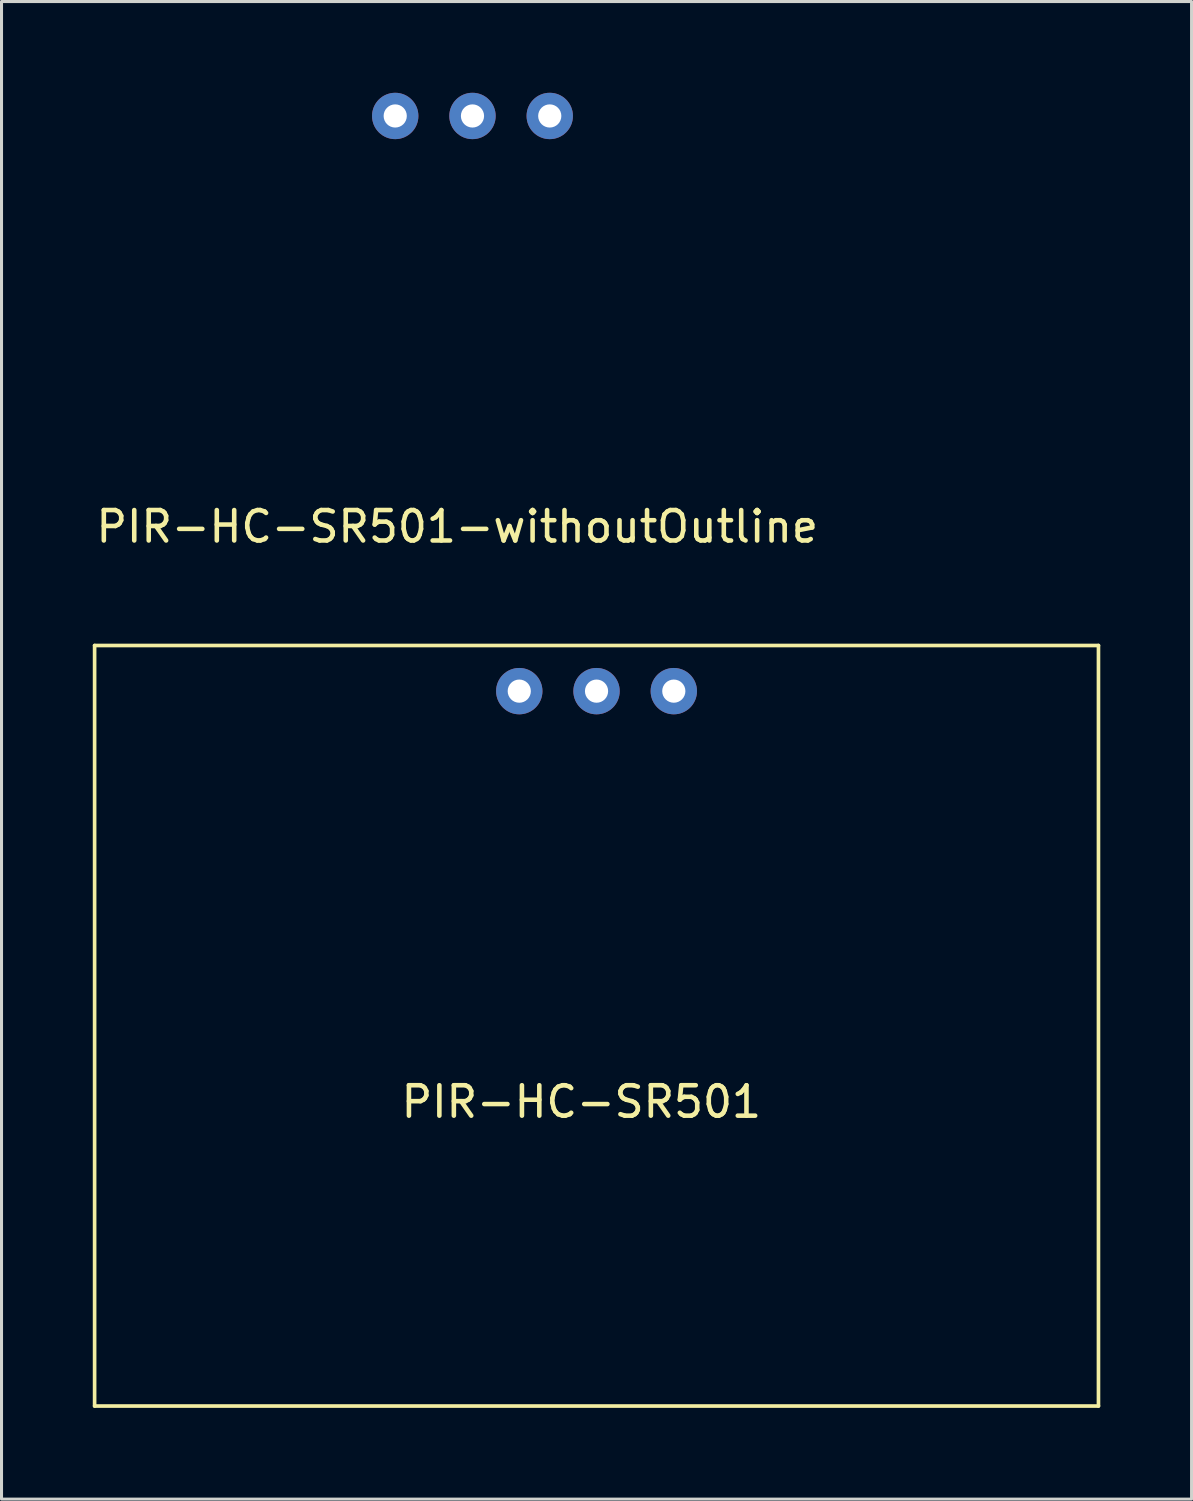
<source format=kicad_pcb>
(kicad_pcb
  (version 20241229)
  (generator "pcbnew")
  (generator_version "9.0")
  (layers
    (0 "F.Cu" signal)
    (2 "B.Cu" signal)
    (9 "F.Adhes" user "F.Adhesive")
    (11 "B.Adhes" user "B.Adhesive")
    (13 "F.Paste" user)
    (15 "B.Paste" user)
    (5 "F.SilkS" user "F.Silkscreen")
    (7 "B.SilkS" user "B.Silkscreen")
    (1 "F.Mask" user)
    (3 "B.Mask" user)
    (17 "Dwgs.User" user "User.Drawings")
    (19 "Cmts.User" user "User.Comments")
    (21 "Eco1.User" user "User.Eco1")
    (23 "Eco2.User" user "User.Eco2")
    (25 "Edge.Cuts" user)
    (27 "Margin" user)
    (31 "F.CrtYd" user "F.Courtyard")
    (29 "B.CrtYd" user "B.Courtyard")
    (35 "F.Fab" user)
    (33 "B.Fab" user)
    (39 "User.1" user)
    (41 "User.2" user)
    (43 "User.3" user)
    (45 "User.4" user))
  (footprint "PIR-HC-SR501"
    (layer "F.Cu")
    (at 10.06 22.17)
    (property "Reference" "PIR-HC-SR501" (at 6 11 0) (layer "F.SilkS") (effects (font (size 1 1) (thickness 0.15))))
    (attr through_hole)
    (fp_line (start -10 -4) (end -10 21) (stroke (width 0.12) (type solid)) (layer "F.SilkS"))
    (fp_line (start -10 21) (end 23 21) (stroke (width 0.12) (type solid)) (layer "F.SilkS"))
    (fp_line (start 23 -4) (end -10 -4) (stroke (width 0.12) (type solid)) (layer "F.SilkS"))
    (fp_line (start 23 21) (end 23 -4) (stroke (width 0.12) (type solid)) (layer "F.SilkS"))
    (pad "1" thru_hole circle (at 3.96 -2.5) (size 1.524 1.524) (drill 0.762) (layers "*.Cu" "*.Mask"))
    (pad "2" thru_hole circle (at 6.5 -2.5) (size 1.524 1.524) (drill 0.762) (layers "*.Cu" "*.Mask"))
    (pad "3" thru_hole circle (at 9.04 -2.5) (size 1.524 1.524) (drill 0.762) (layers "*.Cu" "*.Mask")))
  (footprint "PIR-HC-SR501-withoutOutline"
    (layer "F.Cu")
    (at 5.982 3.262)
    (property "Reference" "PIR-HC-SR501-withoutOutline" (at 6 11 0) (layer "F.SilkS") (effects (font (size 1 1) (thickness 0.15))))
    (attr through_hole)
    (pad "1" thru_hole circle (at 3.96 -2.5) (size 1.524 1.524) (drill 0.762) (layers "*.Cu" "*.Mask"))
    (pad "2" thru_hole circle (at 6.5 -2.5) (size 1.524 1.524) (drill 0.762) (layers "*.Cu" "*.Mask"))
    (pad "3" thru_hole circle (at 9.04 -2.5) (size 1.524 1.524) (drill 0.762) (layers "*.Cu" "*.Mask")))
  (gr_rect
    (start -3 -3)
    (end 36.12 46.23)
    (stroke (width 0.1) (type default))
    (fill no)
    (layer "Edge.Cuts")))
</source>
